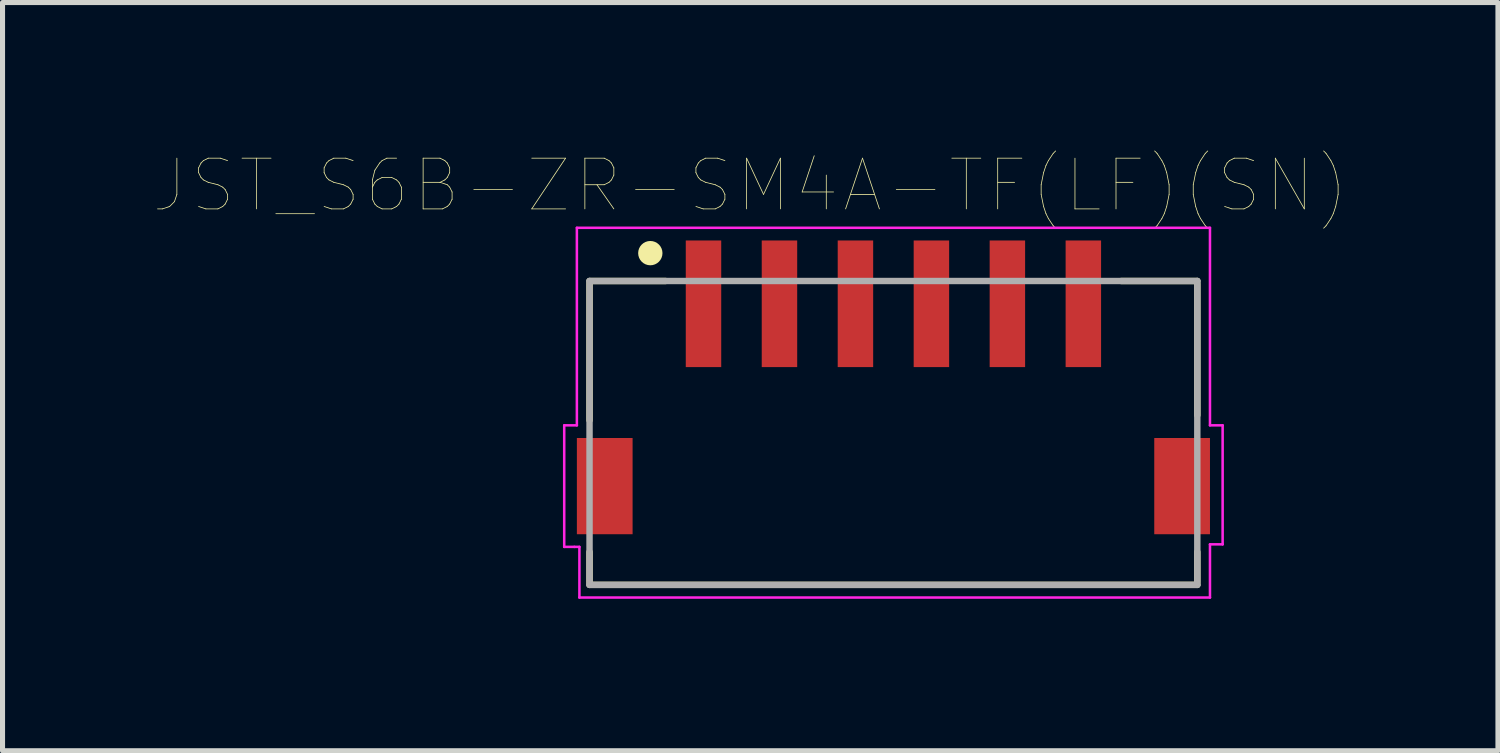
<source format=kicad_pcb>
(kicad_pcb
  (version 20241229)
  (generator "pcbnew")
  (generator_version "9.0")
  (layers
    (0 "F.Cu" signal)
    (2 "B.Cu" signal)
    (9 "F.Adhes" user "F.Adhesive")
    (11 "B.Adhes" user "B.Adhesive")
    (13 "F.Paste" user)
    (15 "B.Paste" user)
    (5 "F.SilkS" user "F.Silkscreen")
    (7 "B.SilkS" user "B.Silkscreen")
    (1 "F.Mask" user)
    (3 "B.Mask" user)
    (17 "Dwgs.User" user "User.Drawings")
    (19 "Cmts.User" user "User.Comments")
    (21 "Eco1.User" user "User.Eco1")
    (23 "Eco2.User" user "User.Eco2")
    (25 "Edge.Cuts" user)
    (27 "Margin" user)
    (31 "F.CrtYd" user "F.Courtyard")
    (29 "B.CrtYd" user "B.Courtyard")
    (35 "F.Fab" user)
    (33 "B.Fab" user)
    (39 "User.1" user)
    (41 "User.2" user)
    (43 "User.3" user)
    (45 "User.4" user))
  (footprint "JST_S6B-ZR-SM4A-TF(LF)(SN)"
    (layer "F.Cu")
    (at 14.59 2.948)
    (property "Reference" "JST_S6B-ZR-SM4A-TF(LF)(SN)" (at -2.827 -2.336 0) (layer "F.SilkS") (effects (font (size 1.001 1.001) (thickness 0.015))))
    (attr through_hole)
    (fp_line (start -6 -0.45) (end -4.5 -0.45) (stroke (width 0.127) (type solid)) (layer "F.SilkS"))
    (fp_line (start -6 -0.4) (end -6 2.3) (stroke (width 0.127) (type solid)) (layer "F.SilkS"))
    (fp_line (start -6 5.5) (end -6 4.9) (stroke (width 0.127) (type solid)) (layer "F.SilkS"))
    (fp_line (start 6 -0.45) (end 4.5 -0.45) (stroke (width 0.127) (type solid)) (layer "F.SilkS"))
    (fp_line (start 6 -0.4) (end 6 2.2) (stroke (width 0.127) (type solid)) (layer "F.SilkS"))
    (fp_line (start 6 5.5) (end 6 4.9) (stroke (width 0.127) (type solid)) (layer "F.SilkS"))
    (fp_line (start 6 5.55) (end -6 5.55) (stroke (width 0.127) (type solid)) (layer "F.SilkS"))
    (fp_circle (center -4.8 -1) (end -4.68 -1) (stroke (width 0.24) (type solid)) (fill no) (layer "F.SilkS"))
    (fp_line (start -6.5 2.4) (end -6.5 4.8) (stroke (width 0.05) (type solid)) (layer "F.CrtYd"))
    (fp_line (start -6.5 4.8) (end -6.3 4.8) (stroke (width 0.05) (type solid)) (layer "F.CrtYd"))
    (fp_line (start -6.3 4.8) (end -6.2 4.8) (stroke (width 0.05) (type solid)) (layer "F.CrtYd"))
    (fp_line (start -6.25 -1.5) (end -6.25 2.4) (stroke (width 0.05) (type solid)) (layer "F.CrtYd"))
    (fp_line (start -6.25 -1.5) (end 6.25 -1.5) (stroke (width 0.05) (type solid)) (layer "F.CrtYd"))
    (fp_line (start -6.25 2.4) (end -6.5 2.4) (stroke (width 0.05) (type solid)) (layer "F.CrtYd"))
    (fp_line (start -6.2 4.8) (end -6.2 5.8) (stroke (width 0.05) (type solid)) (layer "F.CrtYd"))
    (fp_line (start 6.25 -1.5) (end 6.25 2.4) (stroke (width 0.05) (type solid)) (layer "F.CrtYd"))
    (fp_line (start 6.25 2.4) (end 6.5 2.4) (stroke (width 0.05) (type solid)) (layer "F.CrtYd"))
    (fp_line (start 6.25 4.75) (end 6.25 5.8) (stroke (width 0.05) (type solid)) (layer "F.CrtYd"))
    (fp_line (start 6.25 5.8) (end -6.2 5.8) (stroke (width 0.05) (type solid)) (layer "F.CrtYd"))
    (fp_line (start 6.5 2.4) (end 6.5 4.75) (stroke (width 0.05) (type solid)) (layer "F.CrtYd"))
    (fp_line (start 6.5 4.75) (end 6.25 4.75) (stroke (width 0.05) (type solid)) (layer "F.CrtYd"))
    (fp_line (start -6 -0.45) (end 6 -0.45) (stroke (width 0.127) (type solid)) (layer "F.Fab"))
    (fp_line (start -6 5.55) (end -6 -0.45) (stroke (width 0.127) (type solid)) (layer "F.Fab"))
    (fp_line (start 6 -0.45) (end 6 5.55) (stroke (width 0.127) (type solid)) (layer "F.Fab"))
    (fp_line (start 6 5.55) (end -6 5.55) (stroke (width 0.127) (type solid)) (layer "F.Fab"))
    (pad "1" smd rect (at -3.75 0) (size 0.7 2.5) (layers "F.Cu" "F.Mask" "F.Paste"))
    (pad "2" smd rect (at -2.25 0) (size 0.7 2.5) (layers "F.Cu" "F.Mask" "F.Paste"))
    (pad "3" smd rect (at -0.75 0) (size 0.7 2.5) (layers "F.Cu" "F.Mask" "F.Paste"))
    (pad "4" smd rect (at 0.75 0) (size 0.7 2.5) (layers "F.Cu" "F.Mask" "F.Paste"))
    (pad "5" smd rect (at 2.25 0) (size 0.7 2.5) (layers "F.Cu" "F.Mask" "F.Paste"))
    (pad "6" smd rect (at 3.75 0) (size 0.7 2.5) (layers "F.Cu" "F.Mask" "F.Paste"))
    (pad "SH1" smd rect (at -5.7 3.6) (size 1.1 1.9) (layers "F.Cu" "F.Mask" "F.Paste"))
    (pad "SH2" smd rect (at 5.7 3.6) (size 1.1 1.9) (layers "F.Cu" "F.Mask" "F.Paste")))
  (gr_rect
    (start -3 -3)
    (end 26.526 11.773)
    (stroke (width 0.1) (type default))
    (fill no)
    (layer "Edge.Cuts")))
</source>
